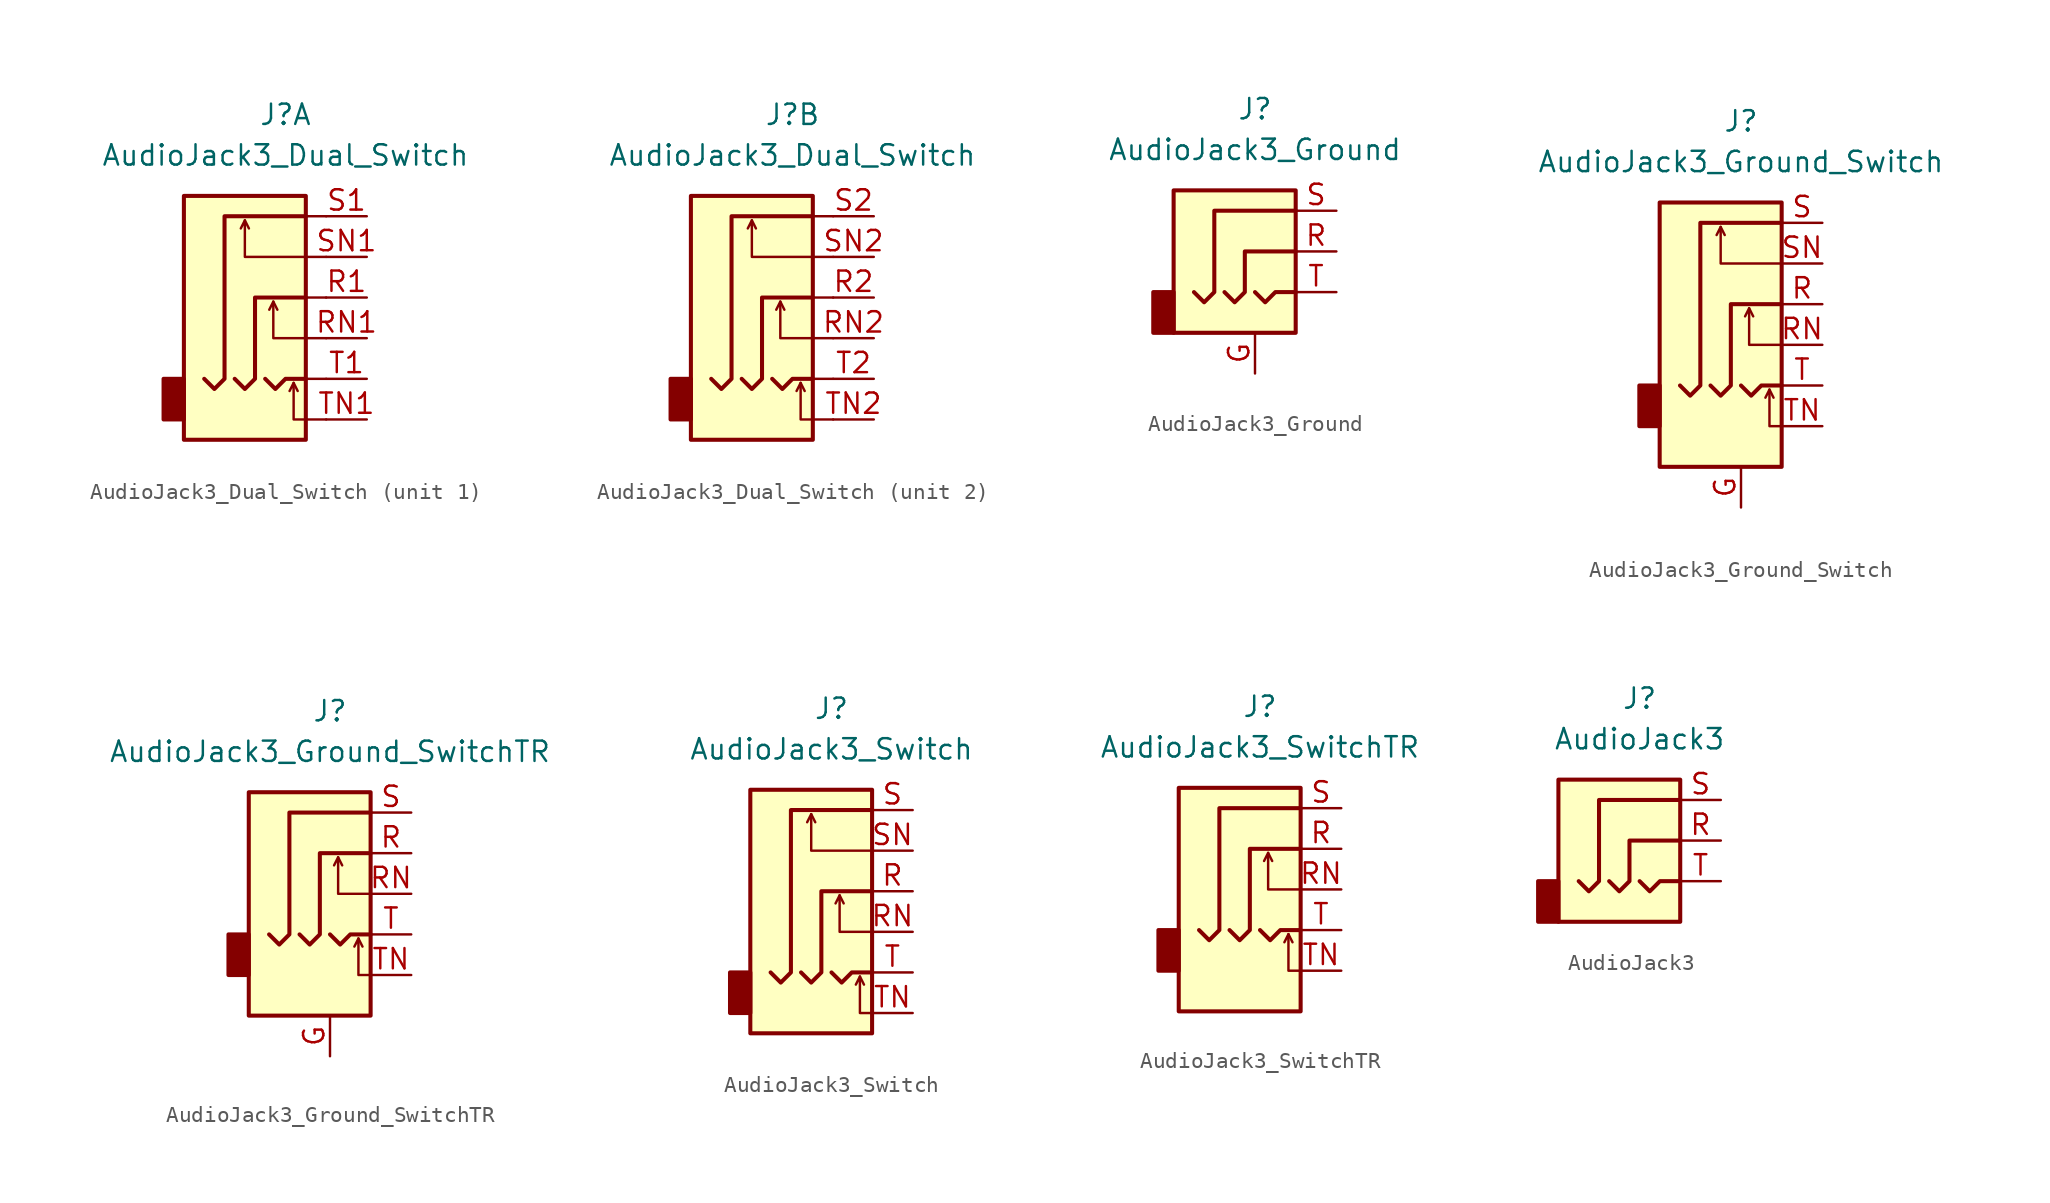
<source format=kicad_sym>
(kicad_symbol_lib
  (version 20220914)
  (generator kicad_symbol_editor)
  (symbol "AudioJack3_Dual_Switch"
    (property "Reference" "J"
      (at 0 11.43 0)
      (effects (font (size 1.27 1.27))))
    (property "Value" "AudioJack3_Dual_Switch"
      (at 0 8.89 0)
      (effects (font (size 1.27 1.27))))
    (symbol "AudioJack3_Dual_Switch_0_1"
      (rectangle (start -6.35 -5.08) (end -7.62 -7.62) (stroke (width 0.254) (type solid)) (fill (type outline)))
      (polyline (pts (xy -2.54 4.826) (xy -2.286 4.318)) (stroke (width 0) (type solid)) (fill (type none)))
      (polyline (pts (xy -0.762 -0.254) (xy -0.508 -0.762)) (stroke (width 0) (type solid)) (fill (type none)))
      (polyline (pts (xy 0.508 -5.334) (xy 0.762 -5.842)) (stroke (width 0) (type solid)) (fill (type none)))
      (polyline (pts (xy 1.27 0) (xy 2.54 0)) (stroke (width 0) (type solid)) (fill (type none)))
      (polyline (pts (xy 2.54 -5.08) (xy 1.27 -5.08)) (stroke (width 0) (type solid)) (fill (type none)))
      (polyline (pts (xy 2.54 5.08) (xy 1.27 5.08)) (stroke (width 0) (type solid)) (fill (type none)))
      (polyline (pts (xy -1.27 -5.08) (xy -0.635 -5.715) (xy 0 -5.08) (xy 1.27 -5.08)) (stroke (width 0.254) (type solid)) (fill (type none)))
      (polyline (pts (xy 2.54 -7.62) (xy 0.508 -7.62) (xy 0.508 -5.334) (xy 0.254 -5.842)) (stroke (width 0) (type solid)) (fill (type none)))
      (polyline (pts (xy 2.54 -2.54) (xy -0.762 -2.54) (xy -0.762 -0.254) (xy -1.016 -0.762)) (stroke (width 0) (type solid)) (fill (type none)))
      (polyline (pts (xy 2.54 2.54) (xy -2.54 2.54) (xy -2.54 4.826) (xy -2.794 4.318)) (stroke (width 0) (type solid)) (fill (type none)))
      (polyline (pts (xy -3.175 -5.08) (xy -2.54 -5.715) (xy -1.905 -5.08) (xy -1.905 0) (xy 1.27 0)) (stroke (width 0.254) (type solid)) (fill (type none)))
      (polyline (pts (xy 1.27 5.08) (xy -3.81 5.08) (xy -3.81 -5.08) (xy -4.445 -5.715) (xy -5.08 -5.08)) (stroke (width 0.254) (type solid)) (fill (type none)))
      (rectangle (start 1.27 6.35) (end -6.35 -8.89) (stroke (width 0.254) (type solid)) (fill (type background))))
    (symbol "AudioJack3_Dual_Switch_1_1"
      (pin passive line (at 5.08 0 180) (length 2.54) (name "~" (effects (font (size 1.27 1.27)))) (number "R1" (effects (font (size 1.27 1.27)))))
      (pin passive line (at 5.08 -2.54 180) (length 2.54) (name "~" (effects (font (size 1.27 1.27)))) (number "RN1" (effects (font (size 1.27 1.27)))))
      (pin passive line (at 5.08 5.08 180) (length 2.54) (name "~" (effects (font (size 1.27 1.27)))) (number "S1" (effects (font (size 1.27 1.27)))))
      (pin passive line (at 5.08 2.54 180) (length 2.54) (name "~" (effects (font (size 1.27 1.27)))) (number "SN1" (effects (font (size 1.27 1.27)))))
      (pin passive line (at 5.08 -5.08 180) (length 2.54) (name "~" (effects (font (size 1.27 1.27)))) (number "T1" (effects (font (size 1.27 1.27)))))
      (pin passive line (at 5.08 -7.62 180) (length 2.54) (name "~" (effects (font (size 1.27 1.27)))) (number "TN1" (effects (font (size 1.27 1.27))))))
    (symbol "AudioJack3_Dual_Switch_2_1"
      (pin passive line (at 5.08 0 180) (length 2.54) (name "~" (effects (font (size 1.27 1.27)))) (number "R2" (effects (font (size 1.27 1.27)))))
      (pin passive line (at 5.08 -2.54 180) (length 2.54) (name "~" (effects (font (size 1.27 1.27)))) (number "RN2" (effects (font (size 1.27 1.27)))))
      (pin passive line (at 5.08 5.08 180) (length 2.54) (name "~" (effects (font (size 1.27 1.27)))) (number "S2" (effects (font (size 1.27 1.27)))))
      (pin passive line (at 5.08 2.54 180) (length 2.54) (name "~" (effects (font (size 1.27 1.27)))) (number "SN2" (effects (font (size 1.27 1.27)))))
      (pin passive line (at 5.08 -5.08 180) (length 2.54) (name "~" (effects (font (size 1.27 1.27)))) (number "T2" (effects (font (size 1.27 1.27)))))
      (pin passive line (at 5.08 -7.62 180) (length 2.54) (name "~" (effects (font (size 1.27 1.27)))) (number "TN2" (effects (font (size 1.27 1.27)))))))
  (symbol "AudioJack3_Ground"
    (property "Reference" "J"
      (at 0 8.89 0)
      (effects (font (size 1.27 1.27))))
    (property "Value" "AudioJack3_Ground"
      (at 0 6.35 0)
      (effects (font (size 1.27 1.27))))
    (symbol "AudioJack3_Ground_0_1"
      (rectangle (start -5.08 -2.54) (end -6.35 -5.08) (stroke (width 0.254) (type solid)) (fill (type outline)))
      (polyline (pts (xy 0 -2.54) (xy 0.635 -3.175) (xy 1.27 -2.54) (xy 2.54 -2.54)) (stroke (width 0.254) (type solid)) (fill (type none)))
      (polyline (pts (xy -1.905 -2.54) (xy -1.27 -3.175) (xy -0.635 -2.54) (xy -0.635 0) (xy 2.54 0)) (stroke (width 0.254) (type solid)) (fill (type none)))
      (polyline (pts (xy 2.54 2.54) (xy -2.54 2.54) (xy -2.54 -2.54) (xy -3.175 -3.175) (xy -3.81 -2.54)) (stroke (width 0.254) (type solid)) (fill (type none)))
      (rectangle (start 2.54 3.81) (end -5.08 -5.08) (stroke (width 0.254) (type solid)) (fill (type background))))
    (symbol "AudioJack3_Ground_1_1"
      (pin passive line (at 0 -7.62 90) (length 2.54) (name "~" (effects (font (size 1.27 1.27)))) (number "G" (effects (font (size 1.27 1.27)))))
      (pin passive line (at 5.08 0 180) (length 2.54) (name "~" (effects (font (size 1.27 1.27)))) (number "R" (effects (font (size 1.27 1.27)))))
      (pin passive line (at 5.08 2.54 180) (length 2.54) (name "~" (effects (font (size 1.27 1.27)))) (number "S" (effects (font (size 1.27 1.27)))))
      (pin passive line (at 5.08 -2.54 180) (length 2.54) (name "~" (effects (font (size 1.27 1.27)))) (number "T" (effects (font (size 1.27 1.27)))))))
  (symbol "AudioJack3_Ground_Switch"
    (property "Reference" "J"
      (at 0 11.43 0)
      (effects (font (size 1.27 1.27))))
    (property "Value" "AudioJack3_Ground_Switch"
      (at 0 8.89 0)
      (effects (font (size 1.27 1.27))))
    (symbol "AudioJack3_Ground_Switch_0_1"
      (rectangle (start -5.08 -5.08) (end -6.35 -7.62) (stroke (width 0.254) (type solid)) (fill (type outline)))
      (rectangle (start 2.54 6.35) (end -5.08 -10.16) (stroke (width 0.254) (type solid)) (fill (type background))))
    (symbol "AudioJack3_Ground_Switch_1_1"
      (polyline (pts (xy -1.27 4.826) (xy -1.016 4.318)) (stroke (width 0) (type solid)) (fill (type none)))
      (polyline (pts (xy 0.508 -0.254) (xy 0.762 -0.762)) (stroke (width 0) (type solid)) (fill (type none)))
      (polyline (pts (xy 1.778 -5.334) (xy 2.032 -5.842)) (stroke (width 0) (type solid)) (fill (type none)))
      (polyline (pts (xy 0 -5.08) (xy 0.635 -5.715) (xy 1.27 -5.08) (xy 2.54 -5.08)) (stroke (width 0.254) (type solid)) (fill (type none)))
      (polyline (pts (xy 2.54 -7.62) (xy 1.778 -7.62) (xy 1.778 -5.334) (xy 1.524 -5.842)) (stroke (width 0) (type solid)) (fill (type none)))
      (polyline (pts (xy 2.54 -2.54) (xy 0.508 -2.54) (xy 0.508 -0.254) (xy 0.254 -0.762)) (stroke (width 0) (type solid)) (fill (type none)))
      (polyline (pts (xy 2.54 2.54) (xy -1.27 2.54) (xy -1.27 4.826) (xy -1.524 4.318)) (stroke (width 0) (type solid)) (fill (type none)))
      (polyline (pts (xy -1.905 -5.08) (xy -1.27 -5.715) (xy -0.635 -5.08) (xy -0.635 0) (xy 2.54 0)) (stroke (width 0.254) (type solid)) (fill (type none)))
      (polyline (pts (xy 2.54 5.08) (xy -2.54 5.08) (xy -2.54 -5.08) (xy -3.175 -5.715) (xy -3.81 -5.08)) (stroke (width 0.254) (type solid)) (fill (type none)))
      (pin passive line (at 0 -12.7 90) (length 2.54) (name "~" (effects (font (size 1.27 1.27)))) (number "G" (effects (font (size 1.27 1.27)))))
      (pin passive line (at 5.08 0 180) (length 2.54) (name "~" (effects (font (size 1.27 1.27)))) (number "R" (effects (font (size 1.27 1.27)))))
      (pin passive line (at 5.08 -2.54 180) (length 2.54) (name "~" (effects (font (size 1.27 1.27)))) (number "RN" (effects (font (size 1.27 1.27)))))
      (pin passive line (at 5.08 5.08 180) (length 2.54) (name "~" (effects (font (size 1.27 1.27)))) (number "S" (effects (font (size 1.27 1.27)))))
      (pin passive line (at 5.08 2.54 180) (length 2.54) (name "~" (effects (font (size 1.27 1.27)))) (number "SN" (effects (font (size 1.27 1.27)))))
      (pin passive line (at 5.08 -5.08 180) (length 2.54) (name "~" (effects (font (size 1.27 1.27)))) (number "T" (effects (font (size 1.27 1.27)))))
      (pin passive line (at 5.08 -7.62 180) (length 2.54) (name "~" (effects (font (size 1.27 1.27)))) (number "TN" (effects (font (size 1.27 1.27)))))))
  (symbol "AudioJack3_Ground_SwitchTR"
    (property "Reference" "J"
      (at 0 8.89 0)
      (effects (font (size 1.27 1.27))))
    (property "Value" "AudioJack3_Ground_SwitchTR"
      (at 0 6.35 0)
      (effects (font (size 1.27 1.27))))
    (symbol "AudioJack3_Ground_SwitchTR_0_1"
      (rectangle (start -5.08 -5.08) (end -6.35 -7.62) (stroke (width 0.254) (type solid)) (fill (type outline)))
      (polyline (pts (xy 0.508 -0.254) (xy 0.762 -0.762)) (stroke (width 0) (type solid)) (fill (type none)))
      (polyline (pts (xy 1.778 -5.334) (xy 2.032 -5.842)) (stroke (width 0) (type solid)) (fill (type none)))
      (polyline (pts (xy 0 -5.08) (xy 0.635 -5.715) (xy 1.27 -5.08) (xy 2.54 -5.08)) (stroke (width 0.254) (type solid)) (fill (type none)))
      (polyline (pts (xy 2.54 -7.62) (xy 1.778 -7.62) (xy 1.778 -5.334) (xy 1.524 -5.842)) (stroke (width 0) (type solid)) (fill (type none)))
      (polyline (pts (xy 2.54 -2.54) (xy 0.508 -2.54) (xy 0.508 -0.254) (xy 0.254 -0.762)) (stroke (width 0) (type solid)) (fill (type none)))
      (polyline (pts (xy -1.905 -5.08) (xy -1.27 -5.715) (xy -0.635 -5.08) (xy -0.635 0) (xy 2.54 0)) (stroke (width 0.254) (type solid)) (fill (type none)))
      (polyline (pts (xy 2.54 2.54) (xy -2.54 2.54) (xy -2.54 -5.08) (xy -3.175 -5.715) (xy -3.81 -5.08)) (stroke (width 0.254) (type solid)) (fill (type none)))
      (rectangle (start 2.54 3.81) (end -5.08 -10.16) (stroke (width 0.254) (type solid)) (fill (type background))))
    (symbol "AudioJack3_Ground_SwitchTR_1_1"
      (pin passive line (at 0 -12.7 90) (length 2.54) (name "~" (effects (font (size 1.27 1.27)))) (number "G" (effects (font (size 1.27 1.27)))))
      (pin passive line (at 5.08 0 180) (length 2.54) (name "~" (effects (font (size 1.27 1.27)))) (number "R" (effects (font (size 1.27 1.27)))))
      (pin passive line (at 5.08 -2.54 180) (length 2.54) (name "~" (effects (font (size 1.27 1.27)))) (number "RN" (effects (font (size 1.27 1.27)))))
      (pin passive line (at 5.08 2.54 180) (length 2.54) (name "~" (effects (font (size 1.27 1.27)))) (number "S" (effects (font (size 1.27 1.27)))))
      (pin passive line (at 5.08 -5.08 180) (length 2.54) (name "~" (effects (font (size 1.27 1.27)))) (number "T" (effects (font (size 1.27 1.27)))))
      (pin passive line (at 5.08 -7.62 180) (length 2.54) (name "~" (effects (font (size 1.27 1.27)))) (number "TN" (effects (font (size 1.27 1.27)))))))
  (symbol "AudioJack3_Switch"
    (property "Reference" "J"
      (at 0 11.43 0)
      (effects (font (size 1.27 1.27))))
    (property "Value" "AudioJack3_Switch"
      (at 0 8.89 0)
      (effects (font (size 1.27 1.27))))
    (symbol "AudioJack3_Switch_0_1"
      (rectangle (start -5.08 -5.08) (end -6.35 -7.62) (stroke (width 0.254) (type solid)) (fill (type outline)))
      (polyline (pts (xy -1.27 4.826) (xy -1.016 4.318)) (stroke (width 0) (type solid)) (fill (type none)))
      (polyline (pts (xy 0.508 -0.254) (xy 0.762 -0.762)) (stroke (width 0) (type solid)) (fill (type none)))
      (polyline (pts (xy 1.778 -5.334) (xy 2.032 -5.842)) (stroke (width 0) (type solid)) (fill (type none)))
      (polyline (pts (xy 0 -5.08) (xy 0.635 -5.715) (xy 1.27 -5.08) (xy 2.54 -5.08)) (stroke (width 0.254) (type solid)) (fill (type none)))
      (polyline (pts (xy 2.54 -7.62) (xy 1.778 -7.62) (xy 1.778 -5.334) (xy 1.524 -5.842)) (stroke (width 0) (type solid)) (fill (type none)))
      (polyline (pts (xy 2.54 -2.54) (xy 0.508 -2.54) (xy 0.508 -0.254) (xy 0.254 -0.762)) (stroke (width 0) (type solid)) (fill (type none)))
      (polyline (pts (xy 2.54 2.54) (xy -1.27 2.54) (xy -1.27 4.826) (xy -1.524 4.318)) (stroke (width 0) (type solid)) (fill (type none)))
      (polyline (pts (xy -1.905 -5.08) (xy -1.27 -5.715) (xy -0.635 -5.08) (xy -0.635 0) (xy 2.54 0)) (stroke (width 0.254) (type solid)) (fill (type none)))
      (polyline (pts (xy 2.54 5.08) (xy -2.54 5.08) (xy -2.54 -5.08) (xy -3.175 -5.715) (xy -3.81 -5.08)) (stroke (width 0.254) (type solid)) (fill (type none)))
      (rectangle (start 2.54 6.35) (end -5.08 -8.89) (stroke (width 0.254) (type solid)) (fill (type background))))
    (symbol "AudioJack3_Switch_1_1"
      (pin passive line (at 5.08 0 180) (length 2.54) (name "~" (effects (font (size 1.27 1.27)))) (number "R" (effects (font (size 1.27 1.27)))))
      (pin passive line (at 5.08 -2.54 180) (length 2.54) (name "~" (effects (font (size 1.27 1.27)))) (number "RN" (effects (font (size 1.27 1.27)))))
      (pin passive line (at 5.08 5.08 180) (length 2.54) (name "~" (effects (font (size 1.27 1.27)))) (number "S" (effects (font (size 1.27 1.27)))))
      (pin passive line (at 5.08 2.54 180) (length 2.54) (name "~" (effects (font (size 1.27 1.27)))) (number "SN" (effects (font (size 1.27 1.27)))))
      (pin passive line (at 5.08 -5.08 180) (length 2.54) (name "~" (effects (font (size 1.27 1.27)))) (number "T" (effects (font (size 1.27 1.27)))))
      (pin passive line (at 5.08 -7.62 180) (length 2.54) (name "~" (effects (font (size 1.27 1.27)))) (number "TN" (effects (font (size 1.27 1.27)))))))
  (symbol "AudioJack3_SwitchTR"
    (property "Reference" "J"
      (at 0 8.89 0)
      (effects (font (size 1.27 1.27))))
    (property "Value" "AudioJack3_SwitchTR"
      (at 0 6.35 0)
      (effects (font (size 1.27 1.27))))
    (symbol "AudioJack3_SwitchTR_0_1"
      (rectangle (start -5.08 -5.08) (end -6.35 -7.62) (stroke (width 0.254) (type solid)) (fill (type outline)))
      (polyline (pts (xy 0.508 -0.254) (xy 0.762 -0.762)) (stroke (width 0) (type solid)) (fill (type none)))
      (polyline (pts (xy 1.778 -5.334) (xy 2.032 -5.842)) (stroke (width 0) (type solid)) (fill (type none)))
      (polyline (pts (xy 0 -5.08) (xy 0.635 -5.715) (xy 1.27 -5.08) (xy 2.54 -5.08)) (stroke (width 0.254) (type solid)) (fill (type none)))
      (polyline (pts (xy 2.54 -7.62) (xy 1.778 -7.62) (xy 1.778 -5.334) (xy 1.524 -5.842)) (stroke (width 0) (type solid)) (fill (type none)))
      (polyline (pts (xy 2.54 -2.54) (xy 0.508 -2.54) (xy 0.508 -0.254) (xy 0.254 -0.762)) (stroke (width 0) (type solid)) (fill (type none)))
      (polyline (pts (xy -1.905 -5.08) (xy -1.27 -5.715) (xy -0.635 -5.08) (xy -0.635 0) (xy 2.54 0)) (stroke (width 0.254) (type solid)) (fill (type none)))
      (polyline (pts (xy 2.54 2.54) (xy -2.54 2.54) (xy -2.54 -5.08) (xy -3.175 -5.715) (xy -3.81 -5.08)) (stroke (width 0.254) (type solid)) (fill (type none)))
      (rectangle (start 2.54 3.81) (end -5.08 -10.16) (stroke (width 0.254) (type solid)) (fill (type background))))
    (symbol "AudioJack3_SwitchTR_1_1"
      (pin passive line (at 5.08 0 180) (length 2.54) (name "~" (effects (font (size 1.27 1.27)))) (number "R" (effects (font (size 1.27 1.27)))))
      (pin passive line (at 5.08 -2.54 180) (length 2.54) (name "~" (effects (font (size 1.27 1.27)))) (number "RN" (effects (font (size 1.27 1.27)))))
      (pin passive line (at 5.08 2.54 180) (length 2.54) (name "~" (effects (font (size 1.27 1.27)))) (number "S" (effects (font (size 1.27 1.27)))))
      (pin passive line (at 5.08 -5.08 180) (length 2.54) (name "~" (effects (font (size 1.27 1.27)))) (number "T" (effects (font (size 1.27 1.27)))))
      (pin passive line (at 5.08 -7.62 180) (length 2.54) (name "~" (effects (font (size 1.27 1.27)))) (number "TN" (effects (font (size 1.27 1.27)))))))
  (symbol "AudioJack3"
    (property "Reference" "J"
      (at 0 8.89 0)
      (effects (font (size 1.27 1.27))))
    (property "Value" "AudioJack3"
      (at 0 6.35 0)
      (effects (font (size 1.27 1.27))))
    (symbol "AudioJack3_0_1"
      (rectangle (start -5.08 -5.08) (end -6.35 -2.54) (stroke (width 0.254) (type solid)) (fill (type outline)))
      (polyline (pts (xy 0 -2.54) (xy 0.635 -3.175) (xy 1.27 -2.54) (xy 2.54 -2.54)) (stroke (width 0.254) (type solid)) (fill (type none)))
      (polyline (pts (xy -1.905 -2.54) (xy -1.27 -3.175) (xy -0.635 -2.54) (xy -0.635 0) (xy 2.54 0)) (stroke (width 0.254) (type solid)) (fill (type none)))
      (polyline (pts (xy 2.54 2.54) (xy -2.54 2.54) (xy -2.54 -2.54) (xy -3.175 -3.175) (xy -3.81 -2.54)) (stroke (width 0.254) (type solid)) (fill (type none)))
      (rectangle (start 2.54 3.81) (end -5.08 -5.08) (stroke (width 0.254) (type solid)) (fill (type background))))
    (symbol "AudioJack3_1_1"
      (pin passive line (at 5.08 0 180) (length 2.54) (name "~" (effects (font (size 1.27 1.27)))) (number "R" (effects (font (size 1.27 1.27)))))
      (pin passive line (at 5.08 2.54 180) (length 2.54) (name "~" (effects (font (size 1.27 1.27)))) (number "S" (effects (font (size 1.27 1.27)))))
      (pin passive line (at 5.08 -2.54 180) (length 2.54) (name "~" (effects (font (size 1.27 1.27)))) (number "T" (effects (font (size 1.27 1.27))))))))
</source>
